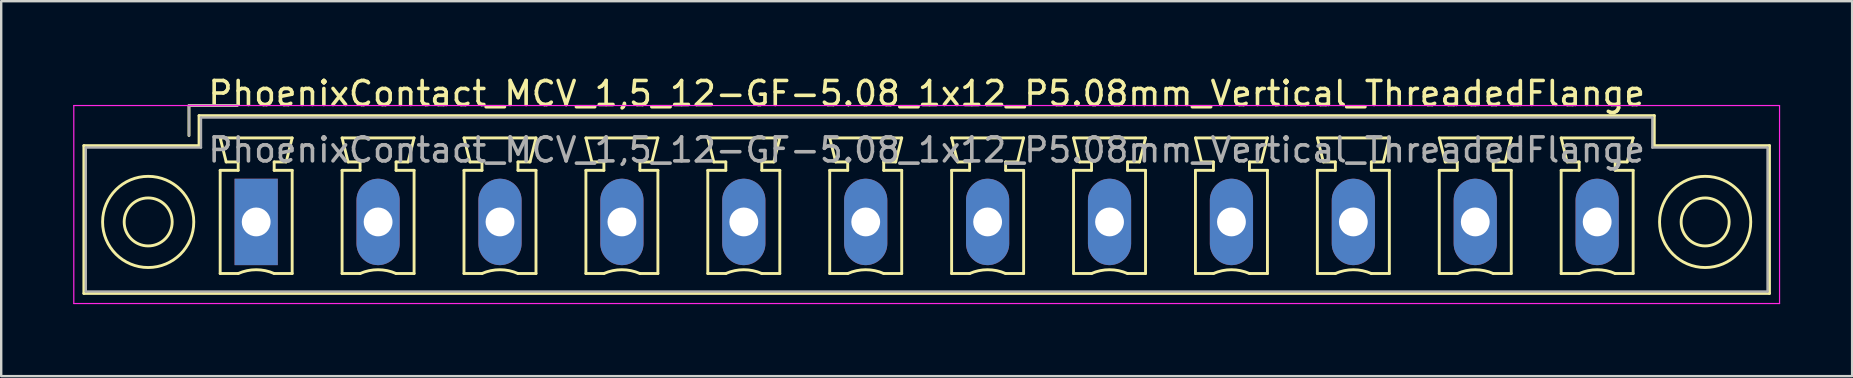
<source format=kicad_pcb>
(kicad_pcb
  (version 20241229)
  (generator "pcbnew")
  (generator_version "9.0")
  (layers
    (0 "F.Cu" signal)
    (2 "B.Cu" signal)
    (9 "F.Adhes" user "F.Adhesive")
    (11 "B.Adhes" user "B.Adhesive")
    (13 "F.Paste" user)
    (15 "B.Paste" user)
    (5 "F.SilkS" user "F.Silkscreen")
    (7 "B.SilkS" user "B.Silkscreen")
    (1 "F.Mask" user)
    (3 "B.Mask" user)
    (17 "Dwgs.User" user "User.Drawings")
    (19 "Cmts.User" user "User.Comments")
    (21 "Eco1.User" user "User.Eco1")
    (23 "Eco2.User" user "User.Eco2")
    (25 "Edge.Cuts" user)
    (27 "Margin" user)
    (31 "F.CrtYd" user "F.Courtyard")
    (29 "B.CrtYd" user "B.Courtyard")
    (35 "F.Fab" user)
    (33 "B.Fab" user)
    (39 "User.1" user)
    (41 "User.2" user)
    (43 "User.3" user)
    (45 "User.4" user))
  (footprint "PhoenixContact_MCV_1,5_12-GF-5.08_1x12_P5.08mm_Vertical_ThreadedFlange"
    (layer "F.Cu")
    (at 7.625 6.198)
    (property "Reference" "PhoenixContact_MCV_1,5_12-GF-5.08_1x12_P5.08mm_Vertical_ThreadedFlange" (at 27.94 -5.35 0) (layer "F.SilkS") (effects (font (size 1 1) (thickness 0.15))))
    (attr through_hole)
    (fp_line (start -7.18 -3.18) (end -7.18 2.98) (stroke (width 0.12) (type solid)) (layer "F.SilkS"))
    (fp_line (start -7.18 2.98) (end 63.06 2.98) (stroke (width 0.12) (type solid)) (layer "F.SilkS"))
    (fp_line (start -2.8 -4.85) (end -0.8 -4.85) (stroke (width 0.12) (type solid)) (layer "F.SilkS"))
    (fp_line (start -2.8 -3.6) (end -2.8 -4.85) (stroke (width 0.12) (type solid)) (layer "F.SilkS"))
    (fp_line (start -2.38 -4.43) (end -2.38 -3.18) (stroke (width 0.12) (type solid)) (layer "F.SilkS"))
    (fp_line (start -2.38 -3.18) (end -7.18 -3.18) (stroke (width 0.12) (type solid)) (layer "F.SilkS"))
    (fp_line (start -1.5 -3.5) (end 1.5 -3.5) (stroke (width 0.12) (type solid)) (layer "F.SilkS"))
    (fp_line (start -1.5 -2.15) (end -0.75 -2.15) (stroke (width 0.12) (type solid)) (layer "F.SilkS"))
    (fp_line (start -1.5 2.15) (end -1.5 -2.15) (stroke (width 0.12) (type solid)) (layer "F.SilkS"))
    (fp_line (start -1.25 -2.5) (end -1.5 -3.5) (stroke (width 0.12) (type solid)) (layer "F.SilkS"))
    (fp_line (start -0.75 -2.5) (end -1.25 -2.5) (stroke (width 0.12) (type solid)) (layer "F.SilkS"))
    (fp_line (start -0.75 -2.15) (end -0.75 -2.5) (stroke (width 0.12) (type solid)) (layer "F.SilkS"))
    (fp_line (start -0.75 2.15) (end -1.5 2.15) (stroke (width 0.12) (type solid)) (layer "F.SilkS"))
    (fp_line (start 0.75 -2.5) (end 0.75 -2.15) (stroke (width 0.12) (type solid)) (layer "F.SilkS"))
    (fp_line (start 0.75 -2.15) (end 1.5 -2.15) (stroke (width 0.12) (type solid)) (layer "F.SilkS"))
    (fp_line (start 1.25 -2.5) (end 0.75 -2.5) (stroke (width 0.12) (type solid)) (layer "F.SilkS"))
    (fp_line (start 1.5 -3.5) (end 1.25 -2.5) (stroke (width 0.12) (type solid)) (layer "F.SilkS"))
    (fp_line (start 1.5 -2.15) (end 1.5 2.15) (stroke (width 0.12) (type solid)) (layer "F.SilkS"))
    (fp_line (start 1.5 2.15) (end 0.75 2.15) (stroke (width 0.12) (type solid)) (layer "F.SilkS"))
    (fp_line (start 3.58 -3.5) (end 6.58 -3.5) (stroke (width 0.12) (type solid)) (layer "F.SilkS"))
    (fp_line (start 3.58 -2.15) (end 4.33 -2.15) (stroke (width 0.12) (type solid)) (layer "F.SilkS"))
    (fp_line (start 3.58 2.15) (end 3.58 -2.15) (stroke (width 0.12) (type solid)) (layer "F.SilkS"))
    (fp_line (start 3.83 -2.5) (end 3.58 -3.5) (stroke (width 0.12) (type solid)) (layer "F.SilkS"))
    (fp_line (start 4.33 -2.5) (end 3.83 -2.5) (stroke (width 0.12) (type solid)) (layer "F.SilkS"))
    (fp_line (start 4.33 -2.15) (end 4.33 -2.5) (stroke (width 0.12) (type solid)) (layer "F.SilkS"))
    (fp_line (start 4.33 2.15) (end 3.58 2.15) (stroke (width 0.12) (type solid)) (layer "F.SilkS"))
    (fp_line (start 5.83 -2.5) (end 5.83 -2.15) (stroke (width 0.12) (type solid)) (layer "F.SilkS"))
    (fp_line (start 5.83 -2.15) (end 6.58 -2.15) (stroke (width 0.12) (type solid)) (layer "F.SilkS"))
    (fp_line (start 6.33 -2.5) (end 5.83 -2.5) (stroke (width 0.12) (type solid)) (layer "F.SilkS"))
    (fp_line (start 6.58 -3.5) (end 6.33 -2.5) (stroke (width 0.12) (type solid)) (layer "F.SilkS"))
    (fp_line (start 6.58 -2.15) (end 6.58 2.15) (stroke (width 0.12) (type solid)) (layer "F.SilkS"))
    (fp_line (start 6.58 2.15) (end 5.83 2.15) (stroke (width 0.12) (type solid)) (layer "F.SilkS"))
    (fp_line (start 8.66 -3.5) (end 11.66 -3.5) (stroke (width 0.12) (type solid)) (layer "F.SilkS"))
    (fp_line (start 8.66 -2.15) (end 9.41 -2.15) (stroke (width 0.12) (type solid)) (layer "F.SilkS"))
    (fp_line (start 8.66 2.15) (end 8.66 -2.15) (stroke (width 0.12) (type solid)) (layer "F.SilkS"))
    (fp_line (start 8.91 -2.5) (end 8.66 -3.5) (stroke (width 0.12) (type solid)) (layer "F.SilkS"))
    (fp_line (start 9.41 -2.5) (end 8.91 -2.5) (stroke (width 0.12) (type solid)) (layer "F.SilkS"))
    (fp_line (start 9.41 -2.15) (end 9.41 -2.5) (stroke (width 0.12) (type solid)) (layer "F.SilkS"))
    (fp_line (start 9.41 2.15) (end 8.66 2.15) (stroke (width 0.12) (type solid)) (layer "F.SilkS"))
    (fp_line (start 10.91 -2.5) (end 10.91 -2.15) (stroke (width 0.12) (type solid)) (layer "F.SilkS"))
    (fp_line (start 10.91 -2.15) (end 11.66 -2.15) (stroke (width 0.12) (type solid)) (layer "F.SilkS"))
    (fp_line (start 11.41 -2.5) (end 10.91 -2.5) (stroke (width 0.12) (type solid)) (layer "F.SilkS"))
    (fp_line (start 11.66 -3.5) (end 11.41 -2.5) (stroke (width 0.12) (type solid)) (layer "F.SilkS"))
    (fp_line (start 11.66 -2.15) (end 11.66 2.15) (stroke (width 0.12) (type solid)) (layer "F.SilkS"))
    (fp_line (start 11.66 2.15) (end 10.91 2.15) (stroke (width 0.12) (type solid)) (layer "F.SilkS"))
    (fp_line (start 13.74 -3.5) (end 16.74 -3.5) (stroke (width 0.12) (type solid)) (layer "F.SilkS"))
    (fp_line (start 13.74 -2.15) (end 14.49 -2.15) (stroke (width 0.12) (type solid)) (layer "F.SilkS"))
    (fp_line (start 13.74 2.15) (end 13.74 -2.15) (stroke (width 0.12) (type solid)) (layer "F.SilkS"))
    (fp_line (start 13.99 -2.5) (end 13.74 -3.5) (stroke (width 0.12) (type solid)) (layer "F.SilkS"))
    (fp_line (start 14.49 -2.5) (end 13.99 -2.5) (stroke (width 0.12) (type solid)) (layer "F.SilkS"))
    (fp_line (start 14.49 -2.15) (end 14.49 -2.5) (stroke (width 0.12) (type solid)) (layer "F.SilkS"))
    (fp_line (start 14.49 2.15) (end 13.74 2.15) (stroke (width 0.12) (type solid)) (layer "F.SilkS"))
    (fp_line (start 15.99 -2.5) (end 15.99 -2.15) (stroke (width 0.12) (type solid)) (layer "F.SilkS"))
    (fp_line (start 15.99 -2.15) (end 16.74 -2.15) (stroke (width 0.12) (type solid)) (layer "F.SilkS"))
    (fp_line (start 16.49 -2.5) (end 15.99 -2.5) (stroke (width 0.12) (type solid)) (layer "F.SilkS"))
    (fp_line (start 16.74 -3.5) (end 16.49 -2.5) (stroke (width 0.12) (type solid)) (layer "F.SilkS"))
    (fp_line (start 16.74 -2.15) (end 16.74 2.15) (stroke (width 0.12) (type solid)) (layer "F.SilkS"))
    (fp_line (start 16.74 2.15) (end 15.99 2.15) (stroke (width 0.12) (type solid)) (layer "F.SilkS"))
    (fp_line (start 18.82 -3.5) (end 21.82 -3.5) (stroke (width 0.12) (type solid)) (layer "F.SilkS"))
    (fp_line (start 18.82 -2.15) (end 19.57 -2.15) (stroke (width 0.12) (type solid)) (layer "F.SilkS"))
    (fp_line (start 18.82 2.15) (end 18.82 -2.15) (stroke (width 0.12) (type solid)) (layer "F.SilkS"))
    (fp_line (start 19.07 -2.5) (end 18.82 -3.5) (stroke (width 0.12) (type solid)) (layer "F.SilkS"))
    (fp_line (start 19.57 -2.5) (end 19.07 -2.5) (stroke (width 0.12) (type solid)) (layer "F.SilkS"))
    (fp_line (start 19.57 -2.15) (end 19.57 -2.5) (stroke (width 0.12) (type solid)) (layer "F.SilkS"))
    (fp_line (start 19.57 2.15) (end 18.82 2.15) (stroke (width 0.12) (type solid)) (layer "F.SilkS"))
    (fp_line (start 21.07 -2.5) (end 21.07 -2.15) (stroke (width 0.12) (type solid)) (layer "F.SilkS"))
    (fp_line (start 21.07 -2.15) (end 21.82 -2.15) (stroke (width 0.12) (type solid)) (layer "F.SilkS"))
    (fp_line (start 21.57 -2.5) (end 21.07 -2.5) (stroke (width 0.12) (type solid)) (layer "F.SilkS"))
    (fp_line (start 21.82 -3.5) (end 21.57 -2.5) (stroke (width 0.12) (type solid)) (layer "F.SilkS"))
    (fp_line (start 21.82 -2.15) (end 21.82 2.15) (stroke (width 0.12) (type solid)) (layer "F.SilkS"))
    (fp_line (start 21.82 2.15) (end 21.07 2.15) (stroke (width 0.12) (type solid)) (layer "F.SilkS"))
    (fp_line (start 23.9 -3.5) (end 26.9 -3.5) (stroke (width 0.12) (type solid)) (layer "F.SilkS"))
    (fp_line (start 23.9 -2.15) (end 24.65 -2.15) (stroke (width 0.12) (type solid)) (layer "F.SilkS"))
    (fp_line (start 23.9 2.15) (end 23.9 -2.15) (stroke (width 0.12) (type solid)) (layer "F.SilkS"))
    (fp_line (start 24.15 -2.5) (end 23.9 -3.5) (stroke (width 0.12) (type solid)) (layer "F.SilkS"))
    (fp_line (start 24.65 -2.5) (end 24.15 -2.5) (stroke (width 0.12) (type solid)) (layer "F.SilkS"))
    (fp_line (start 24.65 -2.15) (end 24.65 -2.5) (stroke (width 0.12) (type solid)) (layer "F.SilkS"))
    (fp_line (start 24.65 2.15) (end 23.9 2.15) (stroke (width 0.12) (type solid)) (layer "F.SilkS"))
    (fp_line (start 26.15 -2.5) (end 26.15 -2.15) (stroke (width 0.12) (type solid)) (layer "F.SilkS"))
    (fp_line (start 26.15 -2.15) (end 26.9 -2.15) (stroke (width 0.12) (type solid)) (layer "F.SilkS"))
    (fp_line (start 26.65 -2.5) (end 26.15 -2.5) (stroke (width 0.12) (type solid)) (layer "F.SilkS"))
    (fp_line (start 26.9 -3.5) (end 26.65 -2.5) (stroke (width 0.12) (type solid)) (layer "F.SilkS"))
    (fp_line (start 26.9 -2.15) (end 26.9 2.15) (stroke (width 0.12) (type solid)) (layer "F.SilkS"))
    (fp_line (start 26.9 2.15) (end 26.15 2.15) (stroke (width 0.12) (type solid)) (layer "F.SilkS"))
    (fp_line (start 28.98 -3.5) (end 31.98 -3.5) (stroke (width 0.12) (type solid)) (layer "F.SilkS"))
    (fp_line (start 28.98 -2.15) (end 29.73 -2.15) (stroke (width 0.12) (type solid)) (layer "F.SilkS"))
    (fp_line (start 28.98 2.15) (end 28.98 -2.15) (stroke (width 0.12) (type solid)) (layer "F.SilkS"))
    (fp_line (start 29.23 -2.5) (end 28.98 -3.5) (stroke (width 0.12) (type solid)) (layer "F.SilkS"))
    (fp_line (start 29.73 -2.5) (end 29.23 -2.5) (stroke (width 0.12) (type solid)) (layer "F.SilkS"))
    (fp_line (start 29.73 -2.15) (end 29.73 -2.5) (stroke (width 0.12) (type solid)) (layer "F.SilkS"))
    (fp_line (start 29.73 2.15) (end 28.98 2.15) (stroke (width 0.12) (type solid)) (layer "F.SilkS"))
    (fp_line (start 31.23 -2.5) (end 31.23 -2.15) (stroke (width 0.12) (type solid)) (layer "F.SilkS"))
    (fp_line (start 31.23 -2.15) (end 31.98 -2.15) (stroke (width 0.12) (type solid)) (layer "F.SilkS"))
    (fp_line (start 31.73 -2.5) (end 31.23 -2.5) (stroke (width 0.12) (type solid)) (layer "F.SilkS"))
    (fp_line (start 31.98 -3.5) (end 31.73 -2.5) (stroke (width 0.12) (type solid)) (layer "F.SilkS"))
    (fp_line (start 31.98 -2.15) (end 31.98 2.15) (stroke (width 0.12) (type solid)) (layer "F.SilkS"))
    (fp_line (start 31.98 2.15) (end 31.23 2.15) (stroke (width 0.12) (type solid)) (layer "F.SilkS"))
    (fp_line (start 34.06 -3.5) (end 37.06 -3.5) (stroke (width 0.12) (type solid)) (layer "F.SilkS"))
    (fp_line (start 34.06 -2.15) (end 34.81 -2.15) (stroke (width 0.12) (type solid)) (layer "F.SilkS"))
    (fp_line (start 34.06 2.15) (end 34.06 -2.15) (stroke (width 0.12) (type solid)) (layer "F.SilkS"))
    (fp_line (start 34.31 -2.5) (end 34.06 -3.5) (stroke (width 0.12) (type solid)) (layer "F.SilkS"))
    (fp_line (start 34.81 -2.5) (end 34.31 -2.5) (stroke (width 0.12) (type solid)) (layer "F.SilkS"))
    (fp_line (start 34.81 -2.15) (end 34.81 -2.5) (stroke (width 0.12) (type solid)) (layer "F.SilkS"))
    (fp_line (start 34.81 2.15) (end 34.06 2.15) (stroke (width 0.12) (type solid)) (layer "F.SilkS"))
    (fp_line (start 36.31 -2.5) (end 36.31 -2.15) (stroke (width 0.12) (type solid)) (layer "F.SilkS"))
    (fp_line (start 36.31 -2.15) (end 37.06 -2.15) (stroke (width 0.12) (type solid)) (layer "F.SilkS"))
    (fp_line (start 36.81 -2.5) (end 36.31 -2.5) (stroke (width 0.12) (type solid)) (layer "F.SilkS"))
    (fp_line (start 37.06 -3.5) (end 36.81 -2.5) (stroke (width 0.12) (type solid)) (layer "F.SilkS"))
    (fp_line (start 37.06 -2.15) (end 37.06 2.15) (stroke (width 0.12) (type solid)) (layer "F.SilkS"))
    (fp_line (start 37.06 2.15) (end 36.31 2.15) (stroke (width 0.12) (type solid)) (layer "F.SilkS"))
    (fp_line (start 39.14 -3.5) (end 42.14 -3.5) (stroke (width 0.12) (type solid)) (layer "F.SilkS"))
    (fp_line (start 39.14 -2.15) (end 39.89 -2.15) (stroke (width 0.12) (type solid)) (layer "F.SilkS"))
    (fp_line (start 39.14 2.15) (end 39.14 -2.15) (stroke (width 0.12) (type solid)) (layer "F.SilkS"))
    (fp_line (start 39.39 -2.5) (end 39.14 -3.5) (stroke (width 0.12) (type solid)) (layer "F.SilkS"))
    (fp_line (start 39.89 -2.5) (end 39.39 -2.5) (stroke (width 0.12) (type solid)) (layer "F.SilkS"))
    (fp_line (start 39.89 -2.15) (end 39.89 -2.5) (stroke (width 0.12) (type solid)) (layer "F.SilkS"))
    (fp_line (start 39.89 2.15) (end 39.14 2.15) (stroke (width 0.12) (type solid)) (layer "F.SilkS"))
    (fp_line (start 41.39 -2.5) (end 41.39 -2.15) (stroke (width 0.12) (type solid)) (layer "F.SilkS"))
    (fp_line (start 41.39 -2.15) (end 42.14 -2.15) (stroke (width 0.12) (type solid)) (layer "F.SilkS"))
    (fp_line (start 41.89 -2.5) (end 41.39 -2.5) (stroke (width 0.12) (type solid)) (layer "F.SilkS"))
    (fp_line (start 42.14 -3.5) (end 41.89 -2.5) (stroke (width 0.12) (type solid)) (layer "F.SilkS"))
    (fp_line (start 42.14 -2.15) (end 42.14 2.15) (stroke (width 0.12) (type solid)) (layer "F.SilkS"))
    (fp_line (start 42.14 2.15) (end 41.39 2.15) (stroke (width 0.12) (type solid)) (layer "F.SilkS"))
    (fp_line (start 44.22 -3.5) (end 47.22 -3.5) (stroke (width 0.12) (type solid)) (layer "F.SilkS"))
    (fp_line (start 44.22 -2.15) (end 44.97 -2.15) (stroke (width 0.12) (type solid)) (layer "F.SilkS"))
    (fp_line (start 44.22 2.15) (end 44.22 -2.15) (stroke (width 0.12) (type solid)) (layer "F.SilkS"))
    (fp_line (start 44.47 -2.5) (end 44.22 -3.5) (stroke (width 0.12) (type solid)) (layer "F.SilkS"))
    (fp_line (start 44.97 -2.5) (end 44.47 -2.5) (stroke (width 0.12) (type solid)) (layer "F.SilkS"))
    (fp_line (start 44.97 -2.15) (end 44.97 -2.5) (stroke (width 0.12) (type solid)) (layer "F.SilkS"))
    (fp_line (start 44.97 2.15) (end 44.22 2.15) (stroke (width 0.12) (type solid)) (layer "F.SilkS"))
    (fp_line (start 46.47 -2.5) (end 46.47 -2.15) (stroke (width 0.12) (type solid)) (layer "F.SilkS"))
    (fp_line (start 46.47 -2.15) (end 47.22 -2.15) (stroke (width 0.12) (type solid)) (layer "F.SilkS"))
    (fp_line (start 46.97 -2.5) (end 46.47 -2.5) (stroke (width 0.12) (type solid)) (layer "F.SilkS"))
    (fp_line (start 47.22 -3.5) (end 46.97 -2.5) (stroke (width 0.12) (type solid)) (layer "F.SilkS"))
    (fp_line (start 47.22 -2.15) (end 47.22 2.15) (stroke (width 0.12) (type solid)) (layer "F.SilkS"))
    (fp_line (start 47.22 2.15) (end 46.47 2.15) (stroke (width 0.12) (type solid)) (layer "F.SilkS"))
    (fp_line (start 49.3 -3.5) (end 52.3 -3.5) (stroke (width 0.12) (type solid)) (layer "F.SilkS"))
    (fp_line (start 49.3 -2.15) (end 50.05 -2.15) (stroke (width 0.12) (type solid)) (layer "F.SilkS"))
    (fp_line (start 49.3 2.15) (end 49.3 -2.15) (stroke (width 0.12) (type solid)) (layer "F.SilkS"))
    (fp_line (start 49.55 -2.5) (end 49.3 -3.5) (stroke (width 0.12) (type solid)) (layer "F.SilkS"))
    (fp_line (start 50.05 -2.5) (end 49.55 -2.5) (stroke (width 0.12) (type solid)) (layer "F.SilkS"))
    (fp_line (start 50.05 -2.15) (end 50.05 -2.5) (stroke (width 0.12) (type solid)) (layer "F.SilkS"))
    (fp_line (start 50.05 2.15) (end 49.3 2.15) (stroke (width 0.12) (type solid)) (layer "F.SilkS"))
    (fp_line (start 51.55 -2.5) (end 51.55 -2.15) (stroke (width 0.12) (type solid)) (layer "F.SilkS"))
    (fp_line (start 51.55 -2.15) (end 52.3 -2.15) (stroke (width 0.12) (type solid)) (layer "F.SilkS"))
    (fp_line (start 52.05 -2.5) (end 51.55 -2.5) (stroke (width 0.12) (type solid)) (layer "F.SilkS"))
    (fp_line (start 52.3 -3.5) (end 52.05 -2.5) (stroke (width 0.12) (type solid)) (layer "F.SilkS"))
    (fp_line (start 52.3 -2.15) (end 52.3 2.15) (stroke (width 0.12) (type solid)) (layer "F.SilkS"))
    (fp_line (start 52.3 2.15) (end 51.55 2.15) (stroke (width 0.12) (type solid)) (layer "F.SilkS"))
    (fp_line (start 54.38 -3.5) (end 57.38 -3.5) (stroke (width 0.12) (type solid)) (layer "F.SilkS"))
    (fp_line (start 54.38 -2.15) (end 55.13 -2.15) (stroke (width 0.12) (type solid)) (layer "F.SilkS"))
    (fp_line (start 54.38 2.15) (end 54.38 -2.15) (stroke (width 0.12) (type solid)) (layer "F.SilkS"))
    (fp_line (start 54.63 -2.5) (end 54.38 -3.5) (stroke (width 0.12) (type solid)) (layer "F.SilkS"))
    (fp_line (start 55.13 -2.5) (end 54.63 -2.5) (stroke (width 0.12) (type solid)) (layer "F.SilkS"))
    (fp_line (start 55.13 -2.15) (end 55.13 -2.5) (stroke (width 0.12) (type solid)) (layer "F.SilkS"))
    (fp_line (start 55.13 2.15) (end 54.38 2.15) (stroke (width 0.12) (type solid)) (layer "F.SilkS"))
    (fp_line (start 56.63 -2.5) (end 56.63 -2.15) (stroke (width 0.12) (type solid)) (layer "F.SilkS"))
    (fp_line (start 56.63 -2.15) (end 57.38 -2.15) (stroke (width 0.12) (type solid)) (layer "F.SilkS"))
    (fp_line (start 57.13 -2.5) (end 56.63 -2.5) (stroke (width 0.12) (type solid)) (layer "F.SilkS"))
    (fp_line (start 57.38 -3.5) (end 57.13 -2.5) (stroke (width 0.12) (type solid)) (layer "F.SilkS"))
    (fp_line (start 57.38 -2.15) (end 57.38 2.15) (stroke (width 0.12) (type solid)) (layer "F.SilkS"))
    (fp_line (start 57.38 2.15) (end 56.63 2.15) (stroke (width 0.12) (type solid)) (layer "F.SilkS"))
    (fp_line (start 58.26 -4.43) (end -2.38 -4.43) (stroke (width 0.12) (type solid)) (layer "F.SilkS"))
    (fp_line (start 58.26 -3.18) (end 58.26 -4.43) (stroke (width 0.12) (type solid)) (layer "F.SilkS"))
    (fp_line (start 63.06 -3.18) (end 58.26 -3.18) (stroke (width 0.12) (type solid)) (layer "F.SilkS"))
    (fp_line (start 63.06 2.98) (end 63.06 -3.18) (stroke (width 0.12) (type solid)) (layer "F.SilkS"))
    (fp_arc (start -0.75 2.15) (mid -0.000193 1.99191) (end 0.749647 2.149844) (stroke (width 0.12) (type solid)) (layer "F.SilkS"))
    (fp_arc (start 4.33 2.15) (mid 5.079807 1.99191) (end 5.829647 2.149844) (stroke (width 0.12) (type solid)) (layer "F.SilkS"))
    (fp_arc (start 9.41 2.15) (mid 10.159807 1.99191) (end 10.909647 2.149844) (stroke (width 0.12) (type solid)) (layer "F.SilkS"))
    (fp_arc (start 14.49 2.15) (mid 15.239807 1.99191) (end 15.989647 2.149844) (stroke (width 0.12) (type solid)) (layer "F.SilkS"))
    (fp_arc (start 19.57 2.15) (mid 20.319807 1.99191) (end 21.069647 2.149844) (stroke (width 0.12) (type solid)) (layer "F.SilkS"))
    (fp_arc (start 24.65 2.15) (mid 25.399807 1.99191) (end 26.149647 2.149844) (stroke (width 0.12) (type solid)) (layer "F.SilkS"))
    (fp_arc (start 29.73 2.15) (mid 30.479807 1.99191) (end 31.229647 2.149844) (stroke (width 0.12) (type solid)) (layer "F.SilkS"))
    (fp_arc (start 34.81 2.15) (mid 35.559807 1.99191) (end 36.309647 2.149844) (stroke (width 0.12) (type solid)) (layer "F.SilkS"))
    (fp_arc (start 39.89 2.15) (mid 40.639807 1.99191) (end 41.389647 2.149844) (stroke (width 0.12) (type solid)) (layer "F.SilkS"))
    (fp_arc (start 44.97 2.15) (mid 45.719807 1.99191) (end 46.469647 2.149844) (stroke (width 0.12) (type solid)) (layer "F.SilkS"))
    (fp_arc (start 50.05 2.15) (mid 50.799807 1.99191) (end 51.549647 2.149844) (stroke (width 0.12) (type solid)) (layer "F.SilkS"))
    (fp_arc (start 55.13 2.15) (mid 55.879807 1.99191) (end 56.629647 2.149844) (stroke (width 0.12) (type solid)) (layer "F.SilkS"))
    (fp_circle (center -4.5 0) (end -3.5 0) (stroke (width 0.12) (type solid)) (fill no) (layer "F.SilkS"))
    (fp_circle (center -4.5 0) (end -2.6 0) (stroke (width 0.12) (type solid)) (fill no) (layer "F.SilkS"))
    (fp_circle (center 60.38 0) (end 61.38 0) (stroke (width 0.12) (type solid)) (fill no) (layer "F.SilkS"))
    (fp_circle (center 60.38 0) (end 62.28 0) (stroke (width 0.12) (type solid)) (fill no) (layer "F.SilkS"))
    (fp_line (start -7.6 -4.85) (end -7.6 3.4) (stroke (width 0.05) (type solid)) (layer "F.CrtYd"))
    (fp_line (start -7.6 3.4) (end 63.48 3.4) (stroke (width 0.05) (type solid)) (layer "F.CrtYd"))
    (fp_line (start 63.48 -4.85) (end -7.6 -4.85) (stroke (width 0.05) (type solid)) (layer "F.CrtYd"))
    (fp_line (start 63.48 3.4) (end 63.48 -4.85) (stroke (width 0.05) (type solid)) (layer "F.CrtYd"))
    (fp_line (start -7.1 -3.1) (end -7.1 2.9) (stroke (width 0.1) (type solid)) (layer "F.Fab"))
    (fp_line (start -7.1 2.9) (end 62.98 2.9) (stroke (width 0.1) (type solid)) (layer "F.Fab"))
    (fp_line (start -2.8 -4.85) (end -0.8 -4.85) (stroke (width 0.1) (type solid)) (layer "F.Fab"))
    (fp_line (start -2.8 -3.6) (end -2.8 -4.85) (stroke (width 0.1) (type solid)) (layer "F.Fab"))
    (fp_line (start -2.3 -4.35) (end -2.3 -3.1) (stroke (width 0.1) (type solid)) (layer "F.Fab"))
    (fp_line (start -2.3 -3.1) (end -7.1 -3.1) (stroke (width 0.1) (type solid)) (layer "F.Fab"))
    (fp_line (start 58.18 -4.35) (end -2.3 -4.35) (stroke (width 0.1) (type solid)) (layer "F.Fab"))
    (fp_line (start 58.18 -3.1) (end 58.18 -4.35) (stroke (width 0.1) (type solid)) (layer "F.Fab"))
    (fp_line (start 62.98 -3.1) (end 58.18 -3.1) (stroke (width 0.1) (type solid)) (layer "F.Fab"))
    (fp_line (start 62.98 2.9) (end 62.98 -3.1) (stroke (width 0.1) (type solid)) (layer "F.Fab"))
    (fp_text user "${REFERENCE}" (at 27.94 -3 0) (layer "F.Fab") (effects (font (size 1 1) (thickness 0.15))))
    (pad "1" thru_hole rect (at 0 0) (size 1.8 3.6) (drill 1.2) (layers "*.Cu" "*.Mask"))
    (pad "2" thru_hole oval (at 5.08 0) (size 1.8 3.6) (drill 1.2) (layers "*.Cu" "*.Mask"))
    (pad "3" thru_hole oval (at 10.16 0) (size 1.8 3.6) (drill 1.2) (layers "*.Cu" "*.Mask"))
    (pad "4" thru_hole oval (at 15.24 0) (size 1.8 3.6) (drill 1.2) (layers "*.Cu" "*.Mask"))
    (pad "5" thru_hole oval (at 20.32 0) (size 1.8 3.6) (drill 1.2) (layers "*.Cu" "*.Mask"))
    (pad "6" thru_hole oval (at 25.4 0) (size 1.8 3.6) (drill 1.2) (layers "*.Cu" "*.Mask"))
    (pad "7" thru_hole oval (at 30.48 0) (size 1.8 3.6) (drill 1.2) (layers "*.Cu" "*.Mask"))
    (pad "8" thru_hole oval (at 35.56 0) (size 1.8 3.6) (drill 1.2) (layers "*.Cu" "*.Mask"))
    (pad "9" thru_hole oval (at 40.64 0) (size 1.8 3.6) (drill 1.2) (layers "*.Cu" "*.Mask"))
    (pad "10" thru_hole oval (at 45.72 0) (size 1.8 3.6) (drill 1.2) (layers "*.Cu" "*.Mask"))
    (pad "11" thru_hole oval (at 50.8 0) (size 1.8 3.6) (drill 1.2) (layers "*.Cu" "*.Mask"))
    (pad "12" thru_hole oval (at 55.88 0) (size 1.8 3.6) (drill 1.2) (layers "*.Cu" "*.Mask")))
  (gr_rect
    (start -3 -3)
    (end 74.13 12.623)
    (stroke (width 0.1) (type default))
    (fill no)
    (layer "Edge.Cuts")))
</source>
